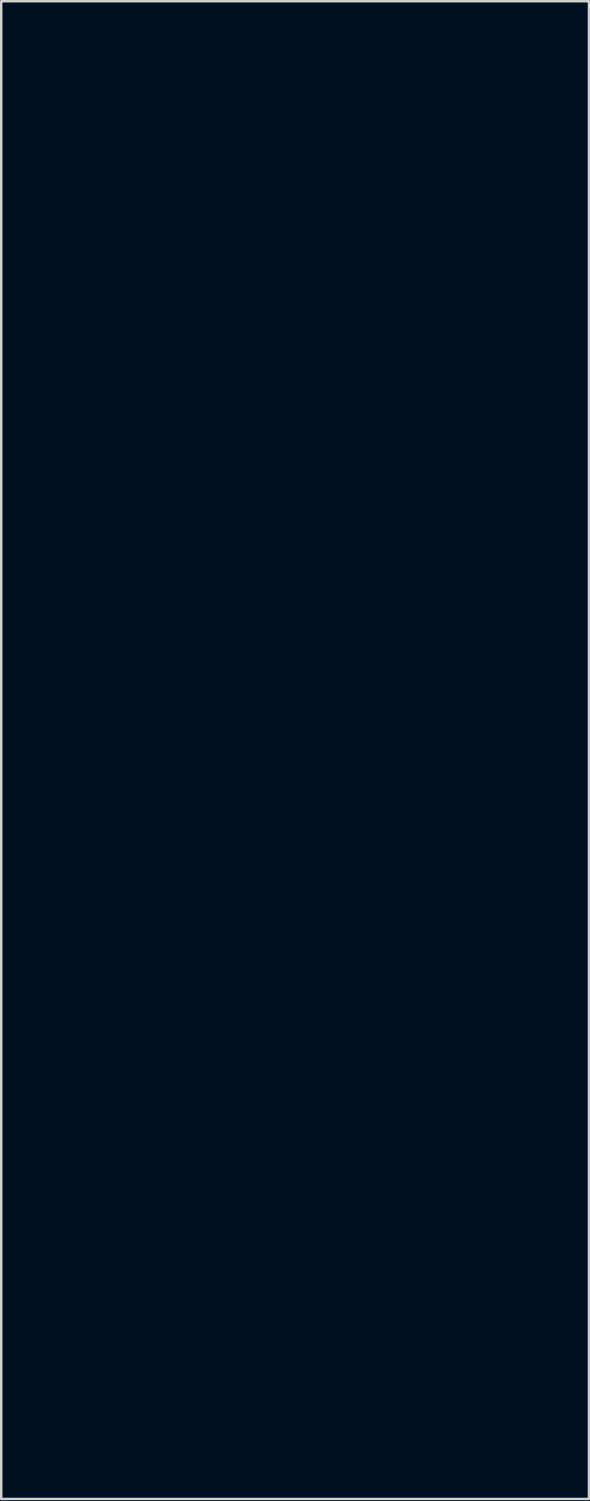
<source format=kicad_pcb>
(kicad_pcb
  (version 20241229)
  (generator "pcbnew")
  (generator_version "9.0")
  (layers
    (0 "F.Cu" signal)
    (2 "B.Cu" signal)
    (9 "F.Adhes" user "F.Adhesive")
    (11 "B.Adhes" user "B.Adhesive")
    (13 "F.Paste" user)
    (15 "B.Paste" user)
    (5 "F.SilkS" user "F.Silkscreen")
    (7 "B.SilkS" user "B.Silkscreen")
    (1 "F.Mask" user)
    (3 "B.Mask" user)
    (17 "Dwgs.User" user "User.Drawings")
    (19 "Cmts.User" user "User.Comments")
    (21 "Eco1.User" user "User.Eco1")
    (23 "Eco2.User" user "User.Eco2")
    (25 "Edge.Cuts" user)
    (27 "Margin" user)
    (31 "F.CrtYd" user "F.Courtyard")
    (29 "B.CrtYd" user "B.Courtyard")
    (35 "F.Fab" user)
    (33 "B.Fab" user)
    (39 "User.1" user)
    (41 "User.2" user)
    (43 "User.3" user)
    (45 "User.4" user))
  (footprint "key1codeFMask"
    (layer "F.Cu")
    (at 9.006 27.564)
    (property "Reference" "key1codeFMask" (at 0 0 0) (layer "F.Mask") (effects (font (size 1.524 1.524) (thickness 0.3))))
    (attr through_hole)
    (fp_poly (pts (xy 1.039 -14.121) (xy 1.192 -14.026) (xy 1.285 -13.914) (xy 1.29 -13.899) (xy 1.331 -13.829) (xy 1.425 -13.792) (xy 1.605 -13.78) (xy 1.677 -13.78) (xy 2.032 -13.78) (xy 2.032 -13.335) (xy 1.333 -13.335) (xy 1.333 -13.118) (xy 1.322 -12.937) (xy 1.295 -12.801) (xy 1.294 -12.798) (xy 1.206 -12.694) (xy 1.052 -12.592) (xy 0.889 -12.525) (xy 0.813 -12.515) (xy 0.73 -12.534) (xy 0.544 -12.584) (xy 0.274 -12.66) (xy -0.06 -12.756) (xy -0.441 -12.867) (xy -0.603 -12.915) (xy -1.937 -13.308) (xy -1.938 -13.326) (xy -0.286 -13.326) (xy 0.191 -13.178) (xy 0.473 -13.092) (xy 0.656 -13.045) (xy 0.762 -13.037) (xy 0.811 -13.067) (xy 0.825 -13.135) (xy 0.826 -13.176) (xy 0.821 -13.252) (xy 0.791 -13.299) (xy 0.71 -13.323) (xy 0.554 -13.331) (xy 0.297 -13.331) (xy 0.27 -13.33) (xy -0.286 -13.326) (xy -1.938 -13.326) (xy -1.956 -13.544) (xy -1.976 -13.78) (xy 0.826 -13.78) (xy 0.826 -13.97) (xy 0.843 -14.104) (xy 0.885 -14.16) (xy 0.886 -14.161) (xy 1.039 -14.121)) (stroke (width 0.01) (type solid)) (fill yes) (layer "F.Mask"))
    (fp_poly (pts (xy 0.988 19.472) (xy 1.141 19.571) (xy 1.264 19.686) (xy 1.302 19.748) (xy 1.345 19.823) (xy 1.438 19.862) (xy 1.613 19.875) (xy 1.691 19.875) (xy 2.04 19.875) (xy 2.02 20.082) (xy 2.002 20.202) (xy 1.953 20.266) (xy 1.842 20.294) (xy 1.667 20.307) (xy 1.473 20.323) (xy 1.373 20.354) (xy 1.337 20.418) (xy 1.333 20.498) (xy 1.306 20.753) (xy 1.218 20.921) (xy 1.058 21.033) (xy 0.986 21.063) (xy 0.911 21.079) (xy 0.814 21.078) (xy 0.677 21.057) (xy 0.484 21.012) (xy 0.218 20.94) (xy -0.14 20.838) (xy -0.477 20.74) (xy -0.872 20.624) (xy -1.227 20.517) (xy -1.525 20.425) (xy -1.745 20.354) (xy -1.751 20.352) (xy -0.159 20.352) (xy 0.318 20.484) (xy 0.556 20.548) (xy 0.7 20.579) (xy 0.773 20.576) (xy 0.804 20.541) (xy 0.815 20.494) (xy 0.819 20.38) (xy 0.807 20.343) (xy 0.733 20.332) (xy 0.567 20.327) (xy 0.342 20.332) (xy 0.309 20.333) (xy -0.159 20.352) (xy -1.751 20.352) (xy -1.87 20.309) (xy -1.889 20.3) (xy -1.947 20.205) (xy -1.968 20.062) (xy -1.968 19.875) (xy 0.826 19.875) (xy 0.826 19.653) (xy 0.834 19.506) (xy 0.856 19.433) (xy 0.86 19.431) (xy 0.988 19.472)) (stroke (width 0.01) (type solid)) (fill yes) (layer "F.Mask"))
    (fp_poly (pts (xy 2.007 -7.5) (xy 2.03 -7.359) (xy 2.032 -7.303) (xy 2.019 -7.132) (xy 1.971 -7.056) (xy 1.921 -7.044) (xy 1.761 -7.031) (xy 1.528 -7.004) (xy 1.245 -6.966) (xy 0.936 -6.921) (xy 0.624 -6.873) (xy 0.333 -6.826) (xy 0.085 -6.782) (xy -0.096 -6.746) (xy -0.187 -6.722) (xy -0.191 -6.715) (xy -0.095 -6.694) (xy 0.101 -6.663) (xy 0.37 -6.625) (xy 0.686 -6.584) (xy 0.762 -6.575) (xy 1.193 -6.522) (xy 1.513 -6.482) (xy 1.74 -6.448) (xy 1.89 -6.415) (xy 1.978 -6.377) (xy 2.02 -6.33) (xy 2.033 -6.268) (xy 2.032 -6.185) (xy 2.032 -6.152) (xy 2.02 -5.988) (xy 1.974 -5.919) (xy 1.921 -5.912) (xy 1.832 -5.923) (xy 1.634 -5.951) (xy 1.344 -5.994) (xy 0.977 -6.049) (xy 0.552 -6.113) (xy 0.083 -6.185) (xy -0.079 -6.21) (xy -1.968 -6.501) (xy -1.968 -6.708) (xy -1.955 -6.858) (xy -1.922 -6.942) (xy -1.92 -6.944) (xy -1.85 -6.96) (xy -1.673 -6.991) (xy -1.407 -7.036) (xy -1.073 -7.091) (xy -0.688 -7.153) (xy -0.272 -7.22) (xy 0.158 -7.288) (xy 0.581 -7.354) (xy 0.981 -7.415) (xy 1.336 -7.469) (xy 1.63 -7.513) (xy 1.843 -7.543) (xy 1.956 -7.556) (xy 1.965 -7.556) (xy 2.007 -7.5)) (stroke (width 0.01) (type solid)) (fill yes) (layer "F.Mask"))
    (fp_poly (pts (xy 1.697 -0.799) (xy 1.832 -0.735) (xy 1.845 -0.729) (xy 2.032 -0.632) (xy 2.032 0.011) (xy 2.032 0.653) (xy 1.648 0.613) (xy 1.389 0.564) (xy 1.053 0.459) (xy 0.629 0.296) (xy 0.362 0.184) (xy -0.034 0.018) (xy -0.344 -0.099) (xy -0.592 -0.175) (xy -0.806 -0.219) (xy -0.953 -0.235) (xy -1.262 -0.236) (xy -1.466 -0.188) (xy -1.561 -0.094) (xy -1.552 0.018) (xy -1.489 0.089) (xy -1.35 0.122) (xy -1.203 0.127) (xy -0.896 0.127) (xy -0.964 0.322) (xy -1.088 0.504) (xy -1.283 0.615) (xy -1.417 0.633) (xy -1.524 0.607) (xy -1.68 0.548) (xy -1.689 0.544) (xy -1.831 0.464) (xy -1.916 0.355) (xy -1.957 0.185) (xy -1.968 -0.077) (xy -1.968 -0.096) (xy -1.959 -0.307) (xy -1.92 -0.44) (xy -1.834 -0.54) (xy -1.794 -0.573) (xy -1.703 -0.636) (xy -1.604 -0.674) (xy -1.466 -0.692) (xy -1.26 -0.692) (xy -0.984 -0.681) (xy -0.732 -0.668) (xy -0.532 -0.647) (xy -0.353 -0.612) (xy -0.165 -0.553) (xy 0.065 -0.461) (xy 0.367 -0.327) (xy 0.508 -0.263) (xy 0.819 -0.126) (xy 1.095 -0.009) (xy 1.313 0.076) (xy 1.449 0.122) (xy 1.476 0.126) (xy 1.534 0.111) (xy 1.567 0.046) (xy 1.583 -0.094) (xy 1.587 -0.334) (xy 1.587 -0.349) (xy 1.592 -0.577) (xy 1.603 -0.745) (xy 1.619 -0.823) (xy 1.622 -0.826) (xy 1.697 -0.799)) (stroke (width 0.01) (type solid)) (fill yes) (layer "F.Mask"))
    (fp_poly (pts (xy 1.127 -20.827) (xy 1.392 -20.82) (xy 1.577 -20.807) (xy 1.702 -20.783) (xy 1.791 -20.747) (xy 1.865 -20.696) (xy 1.962 -20.604) (xy 2.012 -20.493) (xy 2.03 -20.322) (xy 2.032 -20.195) (xy 2.015 -19.928) (xy 1.957 -19.746) (xy 1.911 -19.676) (xy 1.789 -19.526) (xy 0.117 -19.513) (xy -0.338 -19.511) (xy -0.757 -19.514) (xy -1.12 -19.521) (xy -1.411 -19.531) (xy -1.609 -19.543) (xy -1.694 -19.557) (xy -1.843 -19.662) (xy -1.931 -19.841) (xy -1.967 -20.113) (xy -1.968 -20.216) (xy -1.96 -20.431) (xy -1.923 -20.564) (xy -1.842 -20.663) (xy -1.801 -20.696) (xy -1.575 -20.804) (xy -1.388 -20.828) (xy -1.209 -20.81) (xy -1.094 -20.733) (xy -1.015 -20.622) (xy -0.889 -20.415) (xy -1.175 -20.381) (xy -1.417 -20.331) (xy -1.543 -20.252) (xy -1.56 -20.137) (xy -1.551 -20.108) (xy -1.504 -20.051) (xy -1.401 -20.019) (xy -1.215 -20.004) (xy -1.049 -20.003) (xy -0.588 -20.003) (xy -0.568 -20.154) (xy -0.064 -20.154) (xy -0.064 -20.003) (xy 0.764 -20.003) (xy 1.108 -20.005) (xy 1.346 -20.012) (xy 1.498 -20.028) (xy 1.585 -20.055) (xy 1.626 -20.094) (xy 1.632 -20.107) (xy 1.637 -20.219) (xy 1.55 -20.3) (xy 1.36 -20.352) (xy 1.06 -20.379) (xy 0.787 -20.384) (xy 0.442 -20.38) (xy 0.204 -20.367) (xy 0.054 -20.339) (xy -0.027 -20.29) (xy -0.059 -20.215) (xy -0.064 -20.154) (xy -0.568 -20.154) (xy -0.552 -20.272) (xy -0.468 -20.541) (xy -0.35 -20.685) (xy -0.277 -20.741) (xy -0.196 -20.78) (xy -0.084 -20.805) (xy 0.082 -20.819) (xy 0.326 -20.826) (xy 0.668 -20.828) (xy 0.757 -20.828) (xy 1.127 -20.827)) (stroke (width 0.01) (type solid)) (fill yes) (layer "F.Mask"))
    (fp_poly (pts (xy 1.216 12.83) (xy 1.531 12.843) (xy 1.753 12.876) (xy 1.897 12.937) (xy 1.981 13.033) (xy 2.02 13.173) (xy 2.032 13.366) (xy 2.032 13.451) (xy 2.022 13.681) (xy 1.985 13.829) (xy 1.906 13.938) (xy 1.885 13.959) (xy 1.837 14) (xy 1.782 14.032) (xy 1.703 14.056) (xy 1.586 14.073) (xy 1.416 14.085) (xy 1.176 14.092) (xy 0.852 14.096) (xy 0.428 14.097) (xy 0.023 14.097) (xy -0.488 14.097) (xy -0.887 14.095) (xy -1.189 14.091) (xy -1.411 14.084) (xy -1.566 14.071) (xy -1.67 14.053) (xy -1.739 14.027) (xy -1.788 13.993) (xy -1.83 13.95) (xy -1.919 13.821) (xy -1.96 13.648) (xy -1.968 13.453) (xy -1.934 13.157) (xy -1.827 12.96) (xy -1.637 12.854) (xy -1.408 12.827) (xy -1.225 12.841) (xy -1.111 12.903) (xy -1.015 13.033) (xy -0.889 13.24) (xy -1.17 13.259) (xy -1.399 13.3) (xy -1.534 13.379) (xy -1.563 13.484) (xy -1.524 13.557) (xy -1.424 13.615) (xy -1.234 13.646) (xy -1.008 13.652) (xy -0.072 13.652) (xy 0.718 13.652) (xy 1.068 13.649) (xy 1.311 13.638) (xy 1.467 13.617) (xy 1.557 13.583) (xy 1.587 13.557) (xy 1.634 13.456) (xy 1.586 13.365) (xy 1.528 13.323) (xy 1.425 13.296) (xy 1.254 13.283) (xy 0.994 13.281) (xy 0.737 13.285) (xy -0.032 13.303) (xy -0.072 13.652) (xy -1.008 13.652) (xy -0.778 13.65) (xy -0.648 13.635) (xy -0.588 13.599) (xy -0.572 13.533) (xy -0.572 13.503) (xy -0.541 13.283) (xy -0.463 13.072) (xy -0.358 12.921) (xy -0.315 12.889) (xy -0.213 12.868) (xy -0.01 12.849) (xy 0.271 12.836) (xy 0.603 12.828) (xy 0.79 12.827) (xy 1.216 12.83)) (stroke (width 0.01) (type solid)) (fill yes) (layer "F.Mask"))
    (fp_poly (pts (xy 1.422 6.037) (xy 1.616 6.055) (xy 1.748 6.093) (xy 1.853 6.155) (xy 1.865 6.164) (xy 1.961 6.256) (xy 2.011 6.364) (xy 2.03 6.532) (xy 2.032 6.672) (xy 2.032 6.847) (xy 2.021 6.987) (xy 1.988 7.094) (xy 1.92 7.174) (xy 1.802 7.231) (xy 1.623 7.267) (xy 1.368 7.289) (xy 1.026 7.299) (xy 0.583 7.302) (xy 0.032 7.303) (xy -0.486 7.302) (xy -0.892 7.3) (xy -1.2 7.296) (xy -1.427 7.288) (xy -1.587 7.275) (xy -1.695 7.257) (xy -1.766 7.232) (xy -1.816 7.2) (xy -1.841 7.176) (xy -1.92 7.063) (xy -1.959 6.9) (xy -1.968 6.672) (xy -1.961 6.451) (xy -1.931 6.313) (xy -1.863 6.217) (xy -1.801 6.164) (xy -1.679 6.09) (xy -1.525 6.05) (xy -1.298 6.034) (xy -1.174 6.032) (xy -0.906 6.04) (xy -0.735 6.073) (xy -0.631 6.145) (xy -0.565 6.269) (xy -0.543 6.334) (xy -0.527 6.407) (xy -0.55 6.45) (xy -0.637 6.47) (xy -0.812 6.477) (xy -0.972 6.477) (xy -1.293 6.494) (xy -1.494 6.546) (xy -1.575 6.631) (xy -1.535 6.749) (xy -1.524 6.763) (xy -1.48 6.794) (xy -1.397 6.818) (xy -1.259 6.835) (xy -1.052 6.847) (xy -0.759 6.854) (xy -0.368 6.857) (xy 0.032 6.858) (xy 0.515 6.857) (xy 0.887 6.853) (xy 1.161 6.845) (xy 1.354 6.832) (xy 1.48 6.814) (xy 1.555 6.788) (xy 1.587 6.763) (xy 1.636 6.643) (xy 1.568 6.552) (xy 1.392 6.495) (xy 1.139 6.477) (xy 0.917 6.469) (xy 0.782 6.437) (xy 0.695 6.369) (xy 0.67 6.336) (xy 0.589 6.203) (xy 0.577 6.115) (xy 0.648 6.064) (xy 0.816 6.039) (xy 1.095 6.033) (xy 1.134 6.032) (xy 1.422 6.037)) (stroke (width 0.01) (type solid)) (fill yes) (layer "F.Mask"))
    (fp_poly (pts (xy 1.216 -27.556) (xy 1.531 -27.543) (xy 1.753 -27.51) (xy 1.897 -27.449) (xy 1.981 -27.353) (xy 2.02 -27.211) (xy 2.031 -27.017) (xy 2.032 -26.929) (xy 2.025 -26.707) (xy 1.994 -26.57) (xy 1.926 -26.474) (xy 1.865 -26.421) (xy 1.808 -26.381) (xy 1.743 -26.35) (xy 1.652 -26.327) (xy 1.52 -26.31) (xy 1.331 -26.3) (xy 1.069 -26.293) (xy 0.718 -26.29) (xy 0.264 -26.289) (xy 0.032 -26.289) (xy -0.473 -26.289) (xy -0.866 -26.292) (xy -1.164 -26.296) (xy -1.383 -26.305) (xy -1.537 -26.319) (xy -1.644 -26.339) (xy -1.719 -26.366) (xy -1.777 -26.402) (xy -1.801 -26.421) (xy -1.897 -26.512) (xy -1.948 -26.621) (xy -1.966 -26.789) (xy -1.968 -26.929) (xy -1.945 -27.222) (xy -1.865 -27.413) (xy -1.711 -27.519) (xy -1.467 -27.558) (xy -1.394 -27.559) (xy -1.201 -27.553) (xy -1.092 -27.519) (xy -1.025 -27.437) (xy -0.986 -27.353) (xy -0.899 -27.146) (xy -1.175 -27.127) (xy -1.401 -27.086) (xy -1.535 -27.006) (xy -1.563 -26.9) (xy -1.524 -26.829) (xy -1.424 -26.771) (xy -1.234 -26.74) (xy -1.008 -26.733) (xy -0.072 -26.733) (xy 0.718 -26.733) (xy 1.068 -26.737) (xy 1.311 -26.748) (xy 1.467 -26.769) (xy 1.557 -26.803) (xy 1.587 -26.829) (xy 1.634 -26.93) (xy 1.586 -27.021) (xy 1.528 -27.063) (xy 1.425 -27.09) (xy 1.254 -27.103) (xy 0.994 -27.105) (xy 0.737 -27.101) (xy -0.032 -27.083) (xy -0.072 -26.733) (xy -1.008 -26.733) (xy -0.778 -26.736) (xy -0.648 -26.751) (xy -0.588 -26.787) (xy -0.572 -26.853) (xy -0.572 -26.883) (xy -0.541 -27.103) (xy -0.463 -27.314) (xy -0.358 -27.465) (xy -0.315 -27.497) (xy -0.213 -27.518) (xy -0.01 -27.537) (xy 0.271 -27.55) (xy 0.603 -27.558) (xy 0.79 -27.559) (xy 1.216 -27.556)) (stroke (width 0.01) (type solid)) (fill yes) (layer "F.Mask"))
    (fp_poly (pts (xy 1.127 26.354) (xy 1.392 26.36) (xy 1.577 26.374) (xy 1.702 26.397) (xy 1.791 26.434) (xy 1.865 26.484) (xy 1.961 26.576) (xy 2.011 26.684) (xy 2.03 26.852) (xy 2.032 26.992) (xy 2.032 27.167) (xy 2.021 27.307) (xy 1.988 27.414) (xy 1.92 27.494) (xy 1.802 27.551) (xy 1.623 27.587) (xy 1.368 27.609) (xy 1.026 27.619) (xy 0.583 27.622) (xy 0.032 27.622) (xy -0.486 27.622) (xy -0.892 27.62) (xy -1.2 27.616) (xy -1.427 27.608) (xy -1.587 27.595) (xy -1.695 27.577) (xy -1.766 27.552) (xy -1.816 27.52) (xy -1.841 27.495) (xy -1.92 27.383) (xy -1.959 27.22) (xy -1.968 26.992) (xy -1.961 26.771) (xy -1.931 26.633) (xy -1.863 26.537) (xy -1.801 26.484) (xy -1.575 26.377) (xy -1.388 26.352) (xy -1.209 26.37) (xy -1.094 26.447) (xy -1.015 26.559) (xy -0.889 26.765) (xy -1.175 26.8) (xy -1.423 26.851) (xy -1.551 26.93) (xy -1.557 27.033) (xy -1.526 27.08) (xy -1.429 27.14) (xy -1.245 27.171) (xy -1.017 27.178) (xy -0.588 27.178) (xy -0.568 27.026) (xy -0.064 27.026) (xy -0.064 27.178) (xy 0.755 27.178) (xy 1.098 27.176) (xy 1.335 27.168) (xy 1.485 27.152) (xy 1.57 27.125) (xy 1.609 27.084) (xy 1.614 27.075) (xy 1.633 26.963) (xy 1.583 26.885) (xy 1.449 26.834) (xy 1.218 26.806) (xy 0.876 26.797) (xy 0.823 26.797) (xy 0.47 26.8) (xy 0.224 26.812) (xy 0.067 26.838) (xy -0.02 26.884) (xy -0.057 26.953) (xy -0.064 27.026) (xy -0.568 27.026) (xy -0.552 26.908) (xy -0.468 26.64) (xy -0.35 26.495) (xy -0.277 26.44) (xy -0.196 26.401) (xy -0.084 26.376) (xy 0.082 26.361) (xy 0.326 26.354) (xy 0.668 26.353) (xy 0.757 26.352) (xy 1.127 26.354)) (stroke (width 0.01) (type solid)) (fill yes) (layer "F.Mask")))
  (gr_rect
    (start -3 -3)
    (end 21.012 58.191)
    (stroke (width 0.1) (type default))
    (fill no)
    (layer "Edge.Cuts")))
</source>
